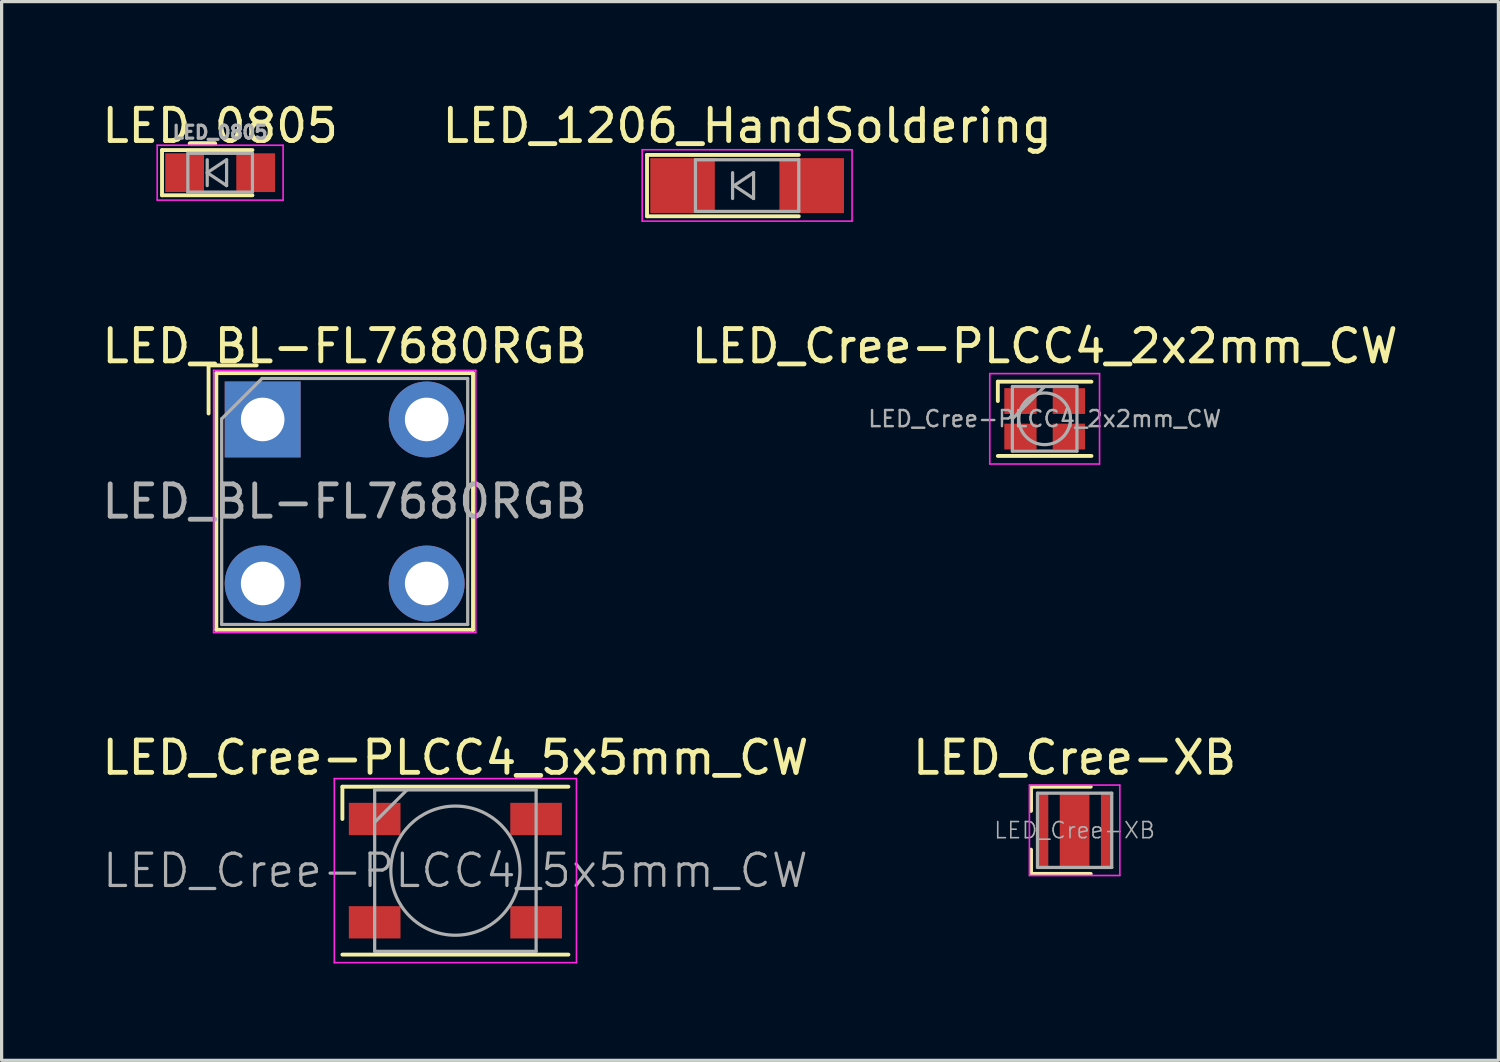
<source format=kicad_pcb>
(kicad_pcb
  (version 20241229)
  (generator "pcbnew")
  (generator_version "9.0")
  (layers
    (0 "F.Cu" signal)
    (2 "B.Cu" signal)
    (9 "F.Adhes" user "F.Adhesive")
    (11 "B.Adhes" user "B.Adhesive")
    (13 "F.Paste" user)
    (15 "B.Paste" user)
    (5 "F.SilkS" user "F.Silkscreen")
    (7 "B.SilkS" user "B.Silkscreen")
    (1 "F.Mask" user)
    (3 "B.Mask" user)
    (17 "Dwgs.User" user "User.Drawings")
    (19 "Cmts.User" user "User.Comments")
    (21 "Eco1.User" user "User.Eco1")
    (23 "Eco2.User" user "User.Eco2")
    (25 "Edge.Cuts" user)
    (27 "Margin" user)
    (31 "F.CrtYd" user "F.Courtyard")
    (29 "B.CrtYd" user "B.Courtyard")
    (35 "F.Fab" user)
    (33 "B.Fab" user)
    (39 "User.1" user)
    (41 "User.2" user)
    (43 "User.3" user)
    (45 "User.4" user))
  (footprint "LED_BL-FL7680RGB"
    (layer "F.Cu")
    (at 5.085 9.941)
    (property "Reference" "LED_BL-FL7680RGB" (at 2.54 -2.27 0) (layer "F.SilkS") (effects (font (size 1 1) (thickness 0.15))))
    (attr through_hole)
    (fp_line (start -1.675 -1.675) (end -0.185 -1.675) (stroke (width 0.12) (type solid)) (layer "F.SilkS"))
    (fp_line (start -1.675 -0.185) (end -1.675 -1.675) (stroke (width 0.12) (type solid)) (layer "F.SilkS"))
    (fp_line (start -1.435 -1.435) (end -1.435 6.515) (stroke (width 0.12) (type solid)) (layer "F.SilkS"))
    (fp_line (start -1.435 6.515) (end 6.515 6.515) (stroke (width 0.12) (type solid)) (layer "F.SilkS"))
    (fp_line (start 6.515 -1.435) (end -1.435 -1.435) (stroke (width 0.12) (type solid)) (layer "F.SilkS"))
    (fp_line (start 6.515 6.515) (end 6.515 -1.435) (stroke (width 0.12) (type solid)) (layer "F.SilkS"))
    (fp_line (start -1.52 -1.52) (end -1.52 6.6) (stroke (width 0.05) (type solid)) (layer "F.CrtYd"))
    (fp_line (start -1.52 6.6) (end 6.6 6.6) (stroke (width 0.05) (type solid)) (layer "F.CrtYd"))
    (fp_line (start 6.6 -1.52) (end -1.52 -1.52) (stroke (width 0.05) (type solid)) (layer "F.CrtYd"))
    (fp_line (start 6.6 6.6) (end 6.6 -1.52) (stroke (width 0.05) (type solid)) (layer "F.CrtYd"))
    (fp_line (start -1.27 -0.02) (end -0.02 -1.27) (stroke (width 0.1) (type solid)) (layer "F.Fab"))
    (fp_line (start -1.27 6.35) (end -1.27 -0.02) (stroke (width 0.1) (type solid)) (layer "F.Fab"))
    (fp_line (start -0.02 -1.27) (end 6.35 -1.27) (stroke (width 0.1) (type solid)) (layer "F.Fab"))
    (fp_line (start 6.35 -1.27) (end 6.35 6.35) (stroke (width 0.1) (type solid)) (layer "F.Fab"))
    (fp_line (start 6.35 6.35) (end -1.27 6.35) (stroke (width 0.1) (type solid)) (layer "F.Fab"))
    (fp_text user "${REFERENCE}" (at 2.54 2.54 0) (layer "F.Fab") (effects (font (size 1 1) (thickness 0.15))))
    (pad "1" thru_hole rect (at 0 0) (size 2.35 2.35) (drill 1.35) (layers "*.Cu" "*.Mask"))
    (pad "2" thru_hole circle (at 0 5.08) (size 2.35 2.35) (drill 1.35) (layers "*.Cu" "*.Mask"))
    (pad "3" thru_hole circle (at 5.08 5.08) (size 2.35 2.35) (drill 1.35) (layers "*.Cu" "*.Mask"))
    (pad "4" thru_hole circle (at 5.08 0) (size 2.35 2.35) (drill 1.35) (layers "*.Cu" "*.Mask")))
  (footprint "LED_0805"
    (layer "F.Cu")
    (at 3.768 2.298)
    (property "Reference" "LED_0805" (at 0 -1.45 0) (layer "F.SilkS") (effects (font (size 1 1) (thickness 0.15))))
    (attr smd)
    (fp_line (start -1.8 -0.7) (end -1.8 0.7) (stroke (width 0.12) (type solid)) (layer "F.SilkS"))
    (fp_line (start -1.8 -0.7) (end 1 -0.7) (stroke (width 0.12) (type solid)) (layer "F.SilkS"))
    (fp_line (start -1.8 0.7) (end 1 0.7) (stroke (width 0.12) (type solid)) (layer "F.SilkS"))
    (fp_line (start -1.95 -0.85) (end 1.95 -0.85) (stroke (width 0.05) (type solid)) (layer "F.CrtYd"))
    (fp_line (start -1.95 0.85) (end -1.95 -0.85) (stroke (width 0.05) (type solid)) (layer "F.CrtYd"))
    (fp_line (start 1.95 -0.85) (end 1.95 0.85) (stroke (width 0.05) (type solid)) (layer "F.CrtYd"))
    (fp_line (start 1.95 0.85) (end -1.95 0.85) (stroke (width 0.05) (type solid)) (layer "F.CrtYd"))
    (fp_line (start -1 -0.6) (end 1 -0.6) (stroke (width 0.1) (type solid)) (layer "F.Fab"))
    (fp_line (start -1 0.6) (end -1 -0.6) (stroke (width 0.1) (type solid)) (layer "F.Fab"))
    (fp_line (start -0.4 -0.4) (end -0.4 0.4) (stroke (width 0.1) (type solid)) (layer "F.Fab"))
    (fp_line (start -0.4 0) (end 0.2 -0.4) (stroke (width 0.1) (type solid)) (layer "F.Fab"))
    (fp_line (start 0.2 -0.4) (end 0.2 0.4) (stroke (width 0.1) (type solid)) (layer "F.Fab"))
    (fp_line (start 0.2 0.4) (end -0.4 0) (stroke (width 0.1) (type solid)) (layer "F.Fab"))
    (fp_line (start 1 -0.6) (end 1 0.6) (stroke (width 0.1) (type solid)) (layer "F.Fab"))
    (fp_line (start 1 0.6) (end -1 0.6) (stroke (width 0.1) (type solid)) (layer "F.Fab"))
    (fp_text user "${REFERENCE}" (at 0 -1.25 0) (layer "F.Fab") (effects (font (size 0.4 0.4) (thickness 0.1))))
    (pad "1" smd rect (at -1.1 0 180) (size 1.2 1.2) (layers "F.Cu" "F.Mask" "F.Paste"))
    (pad "2" smd rect (at 1.1 0 180) (size 1.2 1.2) (layers "F.Cu" "F.Mask" "F.Paste")))
  (footprint "LED_Cree-XB"
    (layer "F.Cu")
    (at 30.232 22.665)
    (property "Reference" "LED_Cree-XB" (at 0 -2.25 0) (layer "F.SilkS") (effects (font (size 1 1) (thickness 0.15))))
    (attr smd)
    (fp_line (start -1.35 -1.35) (end -1.35 -0.6) (stroke (width 0.12) (type solid)) (layer "F.SilkS"))
    (fp_line (start -1.35 1.35) (end -1.35 0.6) (stroke (width 0.12) (type solid)) (layer "F.SilkS"))
    (fp_line (start 0.5 -1.35) (end -1.35 -1.35) (stroke (width 0.12) (type solid)) (layer "F.SilkS"))
    (fp_line (start 0.5 1.35) (end -1.35 1.35) (stroke (width 0.12) (type solid)) (layer "F.SilkS"))
    (fp_line (start -1.4 -1.4) (end 1.4 -1.4) (stroke (width 0.05) (type solid)) (layer "F.CrtYd"))
    (fp_line (start -1.4 1.4) (end -1.4 -1.4) (stroke (width 0.05) (type solid)) (layer "F.CrtYd"))
    (fp_line (start 1.4 -1.4) (end 1.4 1.4) (stroke (width 0.05) (type solid)) (layer "F.CrtYd"))
    (fp_line (start 1.4 1.4) (end -1.4 1.4) (stroke (width 0.05) (type solid)) (layer "F.CrtYd"))
    (fp_line (start -1.15 -1.15) (end 1.15 -1.15) (stroke (width 0.1) (type solid)) (layer "F.Fab"))
    (fp_line (start -1.15 1.15) (end -1.15 -1.15) (stroke (width 0.1) (type solid)) (layer "F.Fab"))
    (fp_line (start 1.15 -1.15) (end 1.15 1.15) (stroke (width 0.1) (type solid)) (layer "F.Fab"))
    (fp_line (start 1.15 1.15) (end -1.15 1.15) (stroke (width 0.1) (type solid)) (layer "F.Fab"))
    (fp_text user "${REFERENCE}" (at 0 0 0) (layer "F.Fab") (effects (font (size 0.5 0.5) (thickness 0.05))))
    (pad "" smd rect (at 0 -0.55) (size 0.85 0.85) (layers "F.Paste"))
    (pad "" smd rect (at 0 0.55) (size 0.85 0.85) (layers "F.Paste"))
    (pad "1" smd rect (at -0.98 0) (size 0.33 2.29) (layers "F.Cu" "F.Mask" "F.Paste"))
    (pad "2" smd rect (at 0.98 0) (size 0.33 2.29) (layers "F.Cu" "F.Mask" "F.Paste"))
    (pad "3" smd rect (at 0 0) (size 0.92 2.29) (layers "F.Cu" "F.Mask")))
  (footprint "LED_Cree-PLCC4_2x2mm_CW"
    (layer "F.Cu")
    (at 29.304 9.921)
    (property "Reference" "LED_Cree-PLCC4_2x2mm_CW" (at 0 -2.25 0) (layer "F.SilkS") (effects (font (size 1 1) (thickness 0.15))))
    (attr smd)
    (fp_line (start -1.45 -1.15) (end 1.45 -1.15) (stroke (width 0.12) (type solid)) (layer "F.SilkS"))
    (fp_line (start -1.45 -0.55) (end -1.45 -1.15) (stroke (width 0.12) (type solid)) (layer "F.SilkS"))
    (fp_line (start -1.45 1.15) (end 1.45 1.15) (stroke (width 0.12) (type solid)) (layer "F.SilkS"))
    (fp_line (start -1.7 -1.4) (end -1.7 1.4) (stroke (width 0.05) (type solid)) (layer "F.CrtYd"))
    (fp_line (start -1.7 1.4) (end 1.7 1.4) (stroke (width 0.05) (type solid)) (layer "F.CrtYd"))
    (fp_line (start 1.7 -1.4) (end -1.7 -1.4) (stroke (width 0.05) (type solid)) (layer "F.CrtYd"))
    (fp_line (start 1.7 1.4) (end 1.7 -1.4) (stroke (width 0.05) (type solid)) (layer "F.CrtYd"))
    (fp_line (start -1 -1) (end -1 1) (stroke (width 0.1) (type solid)) (layer "F.Fab"))
    (fp_line (start -1 1) (end 1 1) (stroke (width 0.1) (type solid)) (layer "F.Fab"))
    (fp_line (start 0 -1) (end -1 0) (stroke (width 0.1) (type solid)) (layer "F.Fab"))
    (fp_line (start 1 -1) (end -1 -1) (stroke (width 0.1) (type solid)) (layer "F.Fab"))
    (fp_line (start 1 1) (end 1 -1) (stroke (width 0.1) (type solid)) (layer "F.Fab"))
    (fp_circle (center 0 0) (end 0.8 0) (stroke (width 0.1) (type solid)) (fill no) (layer "F.Fab"))
    (fp_text user "${REFERENCE}" (at 0 0 0) (layer "F.Fab") (effects (font (size 0.5 0.5) (thickness 0.075))))
    (pad "1" smd rect (at -0.75 -0.55) (size 1 0.8) (layers "F.Cu" "F.Mask" "F.Paste"))
    (pad "2" smd rect (at 0.75 -0.55) (size 1 0.8) (layers "F.Cu" "F.Mask" "F.Paste"))
    (pad "3" smd rect (at 0.75 0.55) (size 1 0.8) (layers "F.Cu" "F.Mask" "F.Paste"))
    (pad "4" smd rect (at -0.75 0.55) (size 1 0.8) (layers "F.Cu" "F.Mask" "F.Paste")))
  (footprint "LED_Cree-PLCC4_5x5mm_CW"
    (layer "F.Cu")
    (at 11.054 23.915)
    (property "Reference" "LED_Cree-PLCC4_5x5mm_CW" (at 0 -3.5 0) (layer "F.SilkS") (effects (font (size 1 1) (thickness 0.15))))
    (attr smd)
    (fp_line (start -3.5 -2.6) (end 3.5 -2.6) (stroke (width 0.12) (type solid)) (layer "F.SilkS"))
    (fp_line (start -3.5 -1.6) (end -3.5 -2.6) (stroke (width 0.12) (type solid)) (layer "F.SilkS"))
    (fp_line (start -3.5 2.6) (end 3.5 2.6) (stroke (width 0.12) (type solid)) (layer "F.SilkS"))
    (fp_line (start -3.75 -2.85) (end -3.75 2.85) (stroke (width 0.05) (type solid)) (layer "F.CrtYd"))
    (fp_line (start -3.75 2.85) (end 3.75 2.85) (stroke (width 0.05) (type solid)) (layer "F.CrtYd"))
    (fp_line (start 3.75 -2.85) (end -3.75 -2.85) (stroke (width 0.05) (type solid)) (layer "F.CrtYd"))
    (fp_line (start 3.75 2.85) (end 3.75 -2.85) (stroke (width 0.05) (type solid)) (layer "F.CrtYd"))
    (fp_line (start -2.5 -2.5) (end -2.5 2.5) (stroke (width 0.1) (type solid)) (layer "F.Fab"))
    (fp_line (start -2.5 2.5) (end 2.5 2.5) (stroke (width 0.1) (type solid)) (layer "F.Fab"))
    (fp_line (start -1.5 -2.5) (end -2.5 -1.5) (stroke (width 0.1) (type solid)) (layer "F.Fab"))
    (fp_line (start 2.5 -2.5) (end -2.5 -2.5) (stroke (width 0.1) (type solid)) (layer "F.Fab"))
    (fp_line (start 2.5 2.5) (end 2.5 -2.5) (stroke (width 0.1) (type solid)) (layer "F.Fab"))
    (fp_circle (center 0 0) (end 0 -2) (stroke (width 0.1) (type solid)) (fill no) (layer "F.Fab"))
    (fp_text user "${REFERENCE}" (at 0 0 0) (layer "F.Fab") (effects (font (size 1 1) (thickness 0.1))))
    (pad "1" smd rect (at -2.5 -1.6) (size 1.6 1) (layers "F.Cu" "F.Mask" "F.Paste"))
    (pad "2" smd rect (at 2.5 -1.6) (size 1.6 1) (layers "F.Cu" "F.Mask" "F.Paste"))
    (pad "3" smd rect (at 2.5 1.6) (size 1.6 1) (layers "F.Cu" "F.Mask" "F.Paste"))
    (pad "4" smd rect (at -2.5 1.6) (size 1.6 1) (layers "F.Cu" "F.Mask" "F.Paste")))
  (footprint "LED_1206_HandSoldering"
    (layer "F.Cu")
    (at 20.089 2.698)
    (property "Reference" "LED_1206_HandSoldering" (at 0 -1.85 0) (layer "F.SilkS") (effects (font (size 1 1) (thickness 0.15))))
    (attr smd)
    (fp_line (start -3.1 -0.95) (end -3.1 0.95) (stroke (width 0.12) (type solid)) (layer "F.SilkS"))
    (fp_line (start -3.1 -0.95) (end 1.6 -0.95) (stroke (width 0.12) (type solid)) (layer "F.SilkS"))
    (fp_line (start -3.1 0.95) (end 1.6 0.95) (stroke (width 0.12) (type solid)) (layer "F.SilkS"))
    (fp_line (start -3.25 -1.11) (end -3.25 1.1) (stroke (width 0.05) (type solid)) (layer "F.CrtYd"))
    (fp_line (start -3.25 -1.11) (end 3.25 -1.11) (stroke (width 0.05) (type solid)) (layer "F.CrtYd"))
    (fp_line (start 3.25 1.1) (end -3.25 1.1) (stroke (width 0.05) (type solid)) (layer "F.CrtYd"))
    (fp_line (start 3.25 1.1) (end 3.25 -1.11) (stroke (width 0.05) (type solid)) (layer "F.CrtYd"))
    (fp_line (start -1.6 -0.8) (end 1.6 -0.8) (stroke (width 0.1) (type solid)) (layer "F.Fab"))
    (fp_line (start -1.6 0.8) (end -1.6 -0.8) (stroke (width 0.1) (type solid)) (layer "F.Fab"))
    (fp_line (start -0.45 -0.4) (end -0.45 0.4) (stroke (width 0.1) (type solid)) (layer "F.Fab"))
    (fp_line (start -0.4 0) (end 0.2 -0.4) (stroke (width 0.1) (type solid)) (layer "F.Fab"))
    (fp_line (start 0.2 -0.4) (end 0.2 0.4) (stroke (width 0.1) (type solid)) (layer "F.Fab"))
    (fp_line (start 0.2 0.4) (end -0.4 0) (stroke (width 0.1) (type solid)) (layer "F.Fab"))
    (fp_line (start 1.6 -0.8) (end 1.6 0.8) (stroke (width 0.1) (type solid)) (layer "F.Fab"))
    (fp_line (start 1.6 0.8) (end -1.6 0.8) (stroke (width 0.1) (type solid)) (layer "F.Fab"))
    (pad "1" smd rect (at -2 0) (size 2 1.7) (layers "F.Cu" "F.Mask" "F.Paste"))
    (pad "2" smd rect (at 2 0) (size 2 1.7) (layers "F.Cu" "F.Mask" "F.Paste")))
  (gr_rect
    (start -3 -3)
    (end 43.357 29.79)
    (stroke (width 0.1) (type default))
    (fill no)
    (layer "Edge.Cuts")))
</source>
